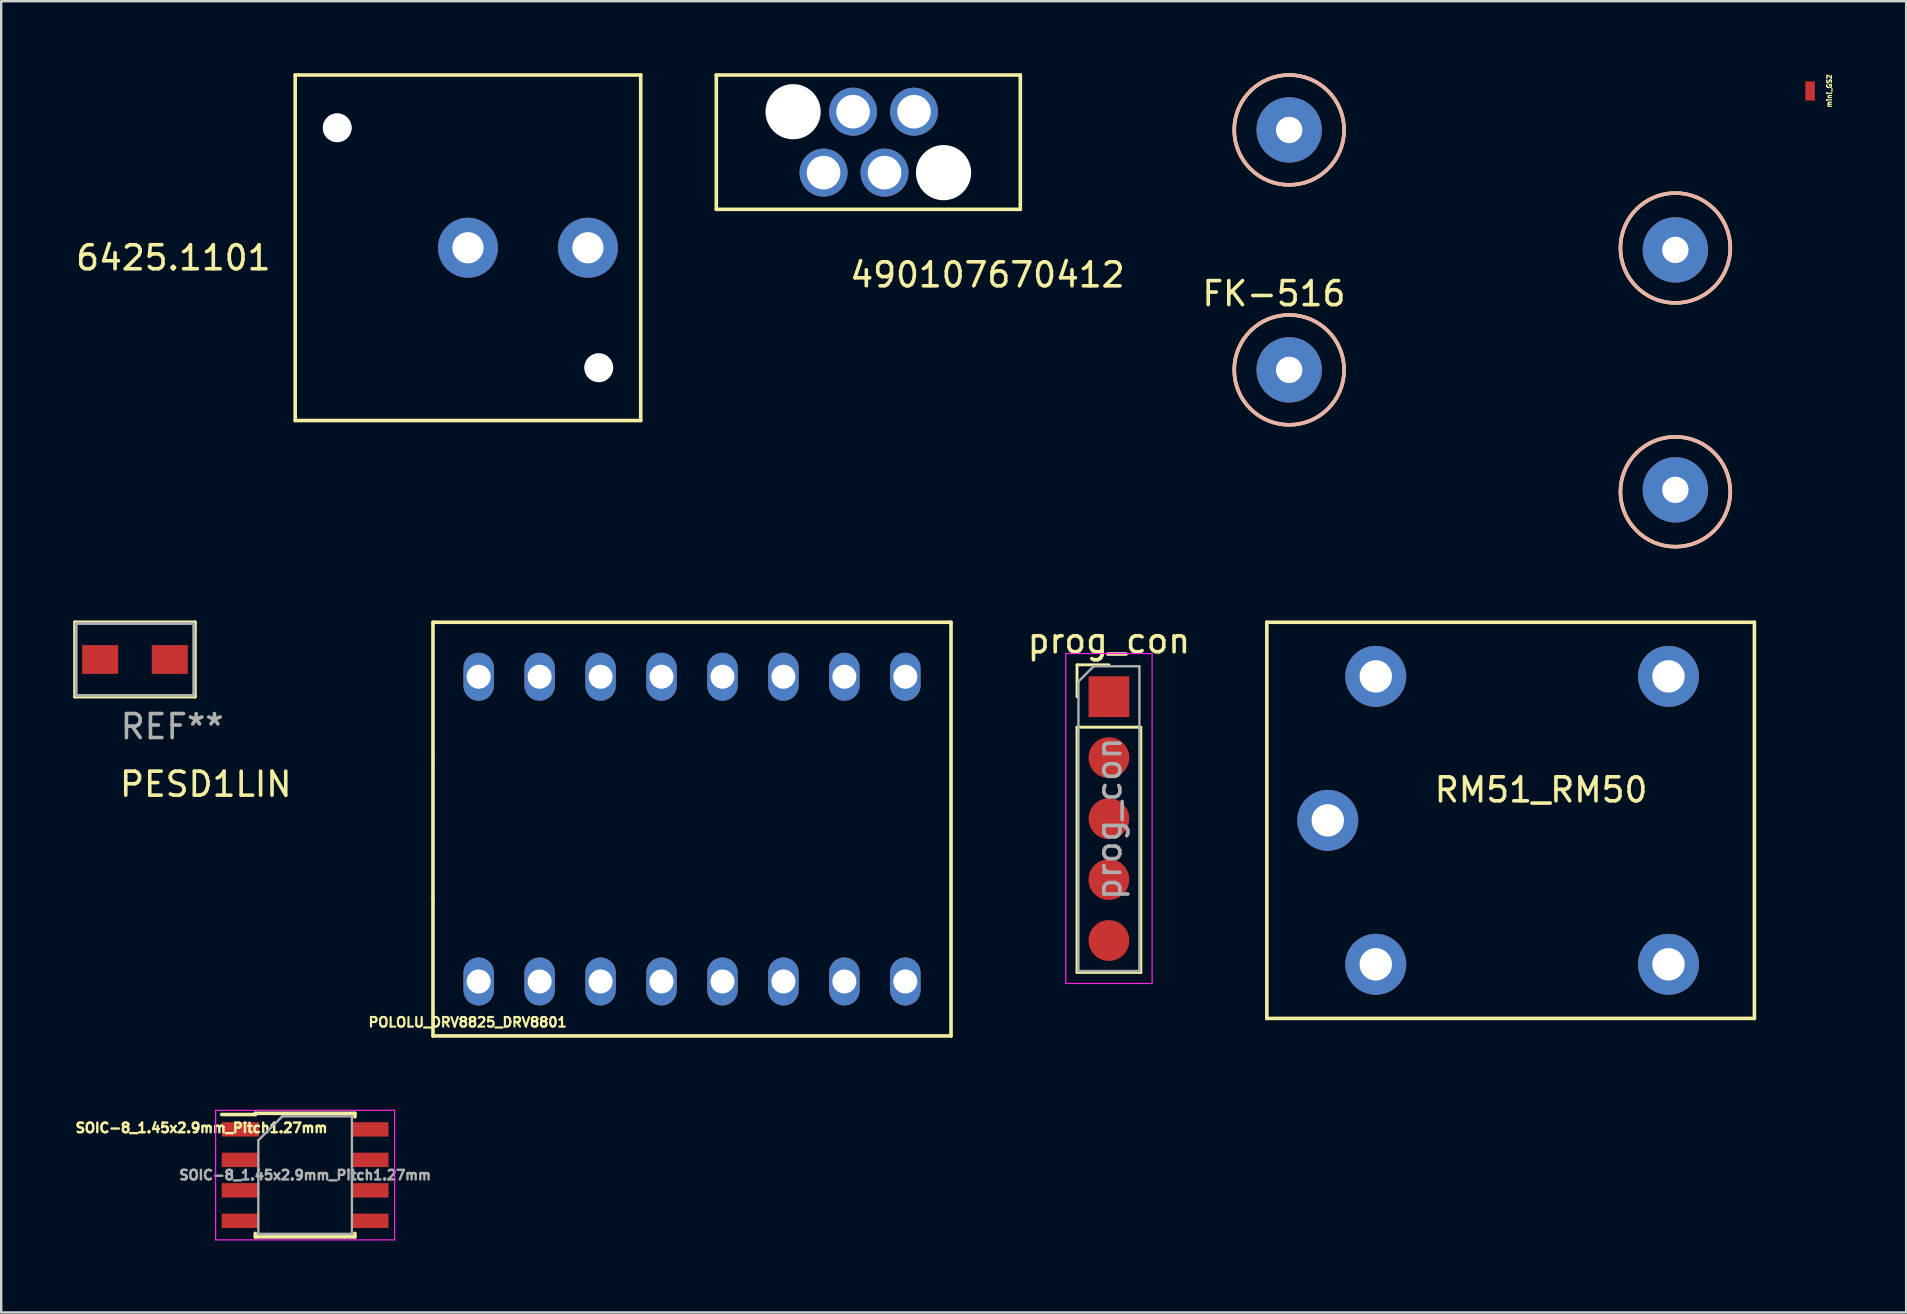
<source format=kicad_pcb>
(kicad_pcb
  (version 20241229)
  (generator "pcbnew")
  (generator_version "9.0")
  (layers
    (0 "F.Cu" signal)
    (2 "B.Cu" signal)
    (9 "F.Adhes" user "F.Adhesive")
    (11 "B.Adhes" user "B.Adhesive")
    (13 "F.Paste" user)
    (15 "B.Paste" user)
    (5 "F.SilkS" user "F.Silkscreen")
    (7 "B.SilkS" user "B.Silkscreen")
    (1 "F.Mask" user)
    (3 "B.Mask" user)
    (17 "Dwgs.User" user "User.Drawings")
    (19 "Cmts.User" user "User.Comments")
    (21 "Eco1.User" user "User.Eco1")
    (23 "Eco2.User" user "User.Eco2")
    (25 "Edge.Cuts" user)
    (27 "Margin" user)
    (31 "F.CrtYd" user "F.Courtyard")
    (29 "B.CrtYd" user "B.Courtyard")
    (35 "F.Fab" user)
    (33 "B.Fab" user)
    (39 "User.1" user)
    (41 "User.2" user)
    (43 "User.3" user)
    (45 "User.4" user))
  (footprint "FK-516"
    (layer "F.Cu")
    (at 50.678 12.365)
    (property "Reference" "FK-516" (at -0.635 -3.175 0) (layer "F.SilkS") (effects (font (size 1 1) (thickness 0.15))))
    (attr through_hole)
    (fp_circle (center 0 -10) (end 2.29 -10) (stroke (width 0.15) (type solid)) (fill no) (layer "F.SilkS"))
    (fp_circle (center 0 0) (end 1.27 1.905) (stroke (width 0.15) (type solid)) (fill no) (layer "F.SilkS"))
    (fp_circle (center 16.095 -5.08) (end 17.365 -3.175) (stroke (width 0.15) (type solid)) (fill no) (layer "F.SilkS"))
    (fp_circle (center 16.095 5.08) (end 17.365 6.985) (stroke (width 0.15) (type solid)) (fill no) (layer "F.SilkS"))
    (fp_circle (center 0 -10) (end 2.29 -10) (stroke (width 0.15) (type solid)) (fill no) (layer "B.SilkS"))
    (fp_circle (center 0 0) (end 2.29 0) (stroke (width 0.15) (type solid)) (fill no) (layer "B.SilkS"))
    (fp_circle (center 16.095 -5.08) (end 18.385 -5.08) (stroke (width 0.15) (type solid)) (fill no) (layer "B.SilkS"))
    (fp_circle (center 16.095 5.08) (end 18.385 5.08) (stroke (width 0.15) (type solid)) (fill no) (layer "B.SilkS"))
    (pad "1" thru_hole circle (at 16.095 5) (size 2.724 2.724) (drill 1.1) (layers "*.Cu" "*.Mask"))
    (pad "2" thru_hole circle (at 16.095 -5) (size 2.724 2.724) (drill 1.1) (layers "*.Cu" "*.Mask"))
    (pad "3" thru_hole circle (at 0 0) (size 2.724 2.724) (drill 1.1) (layers "*.Cu" "*.Mask"))
    (pad "4" thru_hole circle (at 0 -10) (size 2.724 2.724) (drill 1.1) (layers "*.Cu" "*.Mask")))
  (footprint "mini_GS2"
    (layer "F.Cu")
    (at 72.388 0.741)
    (property "Reference" "mini_GS2" (at 0.8 0 90) (layer "F.SilkS") (effects (font (size 0.2 0.2) (thickness 0.05))))
    (attr smd)
    (pad "1" smd rect (at 0 -0.2) (size 0.4 0.4) (layers "F.Cu" "F.Mask" "F.Paste"))
    (pad "1" smd rect (at 0 0.2) (size 0.4 0.4) (layers "F.Cu" "F.Mask" "F.Paste")))
  (footprint "490107670412"
    (layer "F.Cu")
    (at 30.003 1.605)
    (property "Reference" "490107670412" (at 8.1 6.8 0) (layer "F.SilkS") (effects (font (size 1 1) (thickness 0.15))))
    (attr through_hole)
    (fp_line (start -3.2 -1.53) (end 9.47 -1.53) (stroke (width 0.15) (type solid)) (layer "F.SilkS"))
    (fp_line (start -3.2 4.07) (end -3.2 -1.53) (stroke (width 0.15) (type solid)) (layer "F.SilkS"))
    (fp_line (start 9.47 -1.53) (end 9.47 4.07) (stroke (width 0.15) (type solid)) (layer "F.SilkS"))
    (fp_line (start 9.47 4.07) (end -3.2 4.07) (stroke (width 0.15) (type solid)) (layer "F.SilkS"))
    (pad "" np_thru_hole circle (at 0 0) (size 2.3 2.3) (drill 2.3) (layers "*.Cu" "*.Mask"))
    (pad "" np_thru_hole circle (at 6.27 2.54) (size 2.3 2.3) (drill 2.3) (layers "*.Cu" "*.Mask"))
    (pad "1" thru_hole circle (at 2.5 0) (size 2 2) (drill 1.4) (layers "*.Cu" "*.Mask"))
    (pad "2" thru_hole circle (at 5.04 0) (size 2 2) (drill 1.4) (layers "*.Cu" "*.Mask"))
    (pad "3" thru_hole circle (at 3.81 2.54) (size 2 2) (drill 1.4) (layers "*.Cu" "*.Mask"))
    (pad "4" thru_hole circle (at 1.27 2.54) (size 2 2) (drill 1.4) (layers "*.Cu" "*.Mask")))
  (footprint "POLOLU_DRV8825_DRV8801"
    (layer "F.Cu")
    (at 25.79 31.504)
    (property "Reference" "POLOLU_DRV8825_DRV8801" (at -9.35 8.05 0) (layer "F.SilkS") (effects (font (size 0.4 0.4) (thickness 0.09))))
    (attr through_hole)
    (fp_line (start -10.795 -8.62) (end -10.795 -2.873) (stroke (width 0.15) (type solid)) (layer "F.SilkS"))
    (fp_line (start -10.795 -2.873) (end -10.795 2.873) (stroke (width 0.15) (type solid)) (layer "F.SilkS"))
    (fp_line (start -10.795 2.873) (end -10.795 8.62) (stroke (width 0.15) (type solid)) (layer "F.SilkS"))
    (fp_line (start -10.795 8.62) (end 10.795 8.62) (stroke (width 0.15) (type solid)) (layer "F.SilkS"))
    (fp_line (start 10.795 -8.62) (end -10.795 -8.62) (stroke (width 0.15) (type solid)) (layer "F.SilkS"))
    (fp_line (start 10.795 8.62) (end 10.795 -8.62) (stroke (width 0.15) (type solid)) (layer "F.SilkS"))
    (pad "1" thru_hole oval (at -8.89 6.35) (size 1.27 2) (drill 1) (layers "*.Cu" "*.Mask"))
    (pad "2" thru_hole oval (at -6.35 6.35) (size 1.27 2) (drill 1) (layers "*.Cu" "*.Mask"))
    (pad "3" thru_hole oval (at -3.81 6.35) (size 1.27 2) (drill 1) (layers "*.Cu" "*.Mask"))
    (pad "4" thru_hole oval (at -1.27 6.35) (size 1.27 2) (drill 1) (layers "*.Cu" "*.Mask"))
    (pad "5" thru_hole oval (at 1.27 6.35) (size 1.27 2) (drill 1) (layers "*.Cu" "*.Mask"))
    (pad "6" thru_hole oval (at 3.81 6.35) (size 1.27 2) (drill 1) (layers "*.Cu" "*.Mask"))
    (pad "7" thru_hole oval (at 6.35 6.35) (size 1.27 2) (drill 1) (layers "*.Cu" "*.Mask"))
    (pad "8" thru_hole oval (at 8.89 6.35) (size 1.27 2) (drill 1) (layers "*.Cu" "*.Mask"))
    (pad "9" thru_hole oval (at 8.89 -6.35) (size 1.27 2) (drill 1) (layers "*.Cu" "*.Mask"))
    (pad "10" thru_hole oval (at 6.35 -6.35) (size 1.27 2) (drill 1) (layers "*.Cu" "*.Mask"))
    (pad "11" thru_hole oval (at 3.81 -6.35) (size 1.27 2) (drill 1) (layers "*.Cu" "*.Mask"))
    (pad "12" thru_hole oval (at 1.27 -6.35) (size 1.27 2) (drill 1) (layers "*.Cu" "*.Mask"))
    (pad "13" thru_hole oval (at -1.27 -6.35) (size 1.27 2) (drill 1) (layers "*.Cu" "*.Mask"))
    (pad "14" thru_hole oval (at -3.81 -6.35) (size 1.27 2) (drill 1) (layers "*.Cu" "*.Mask"))
    (pad "15" thru_hole oval (at -6.35 -6.35) (size 1.27 2) (drill 1) (layers "*.Cu" "*.Mask"))
    (pad "16" thru_hole oval (at -8.89 -6.35) (size 1.27 2) (drill 1) (layers "*.Cu" "*.Mask")))
  (footprint "PESD1LIN"
    (layer "F.Cu")
    (at 1.125 24.434)
    (property "Reference" "PESD1LIN" (at 4.4 5.2 0) (layer "F.SilkS") (effects (font (size 1 1) (thickness 0.15))))
    (attr through_hole)
    (fp_line (start -1.05 -1.55) (end -1.05 1.55) (stroke (width 0.15) (type solid)) (layer "F.SilkS"))
    (fp_line (start -1.05 1.55) (end 3.95 1.55) (stroke (width 0.15) (type solid)) (layer "F.SilkS"))
    (fp_line (start 3.95 -1.55) (end -1.05 -1.55) (stroke (width 0.15) (type solid)) (layer "F.SilkS"))
    (fp_line (start 3.95 -1.55) (end 3.95 1.55) (stroke (width 0.15) (type solid)) (layer "F.SilkS"))
    (fp_line (start -1 -1.5) (end 3.9 -1.5) (stroke (width 0.12) (type solid)) (layer "F.Fab"))
    (fp_line (start -1 1.5) (end -1 -1.5) (stroke (width 0.12) (type solid)) (layer "F.Fab"))
    (fp_line (start -0.9 1.5) (end -1 1.5) (stroke (width 0.12) (type solid)) (layer "F.Fab"))
    (fp_line (start 3.9 -1.5) (end 3.9 1.5) (stroke (width 0.12) (type solid)) (layer "F.Fab"))
    (fp_line (start 3.9 1.5) (end -0.9 1.5) (stroke (width 0.12) (type solid)) (layer "F.Fab"))
    (fp_text user "REF**" (at 3 2.8 0) (layer "F.Fab") (effects (font (size 1 1) (thickness 0.15))))
    (pad "1" smd rect (at 0 0) (size 1.5 1.2) (layers "F.Cu" "F.Mask" "F.Paste"))
    (pad "2" smd rect (at 2.9 0) (size 1.5 1.2) (layers "F.Cu" "F.Mask" "F.Paste")))
  (footprint "SOIC-8_1.45x2.9mm_Pitch1.27mm"
    (layer "F.Cu")
    (at 9.666 45.924)
    (property "Reference" "SOIC-8_1.45x2.9mm_Pitch1.27mm" (at -4.318 -1.968 0) (layer "F.SilkS") (effects (font (size 0.4 0.4) (thickness 0.1))))
    (attr smd)
    (fp_line (start -2.075 -2.575) (end -2.075 -2.525) (stroke (width 0.15) (type solid)) (layer "F.SilkS"))
    (fp_line (start -2.075 -2.575) (end 2.075 -2.575) (stroke (width 0.15) (type solid)) (layer "F.SilkS"))
    (fp_line (start -2.075 -2.525) (end -3.475 -2.525) (stroke (width 0.15) (type solid)) (layer "F.SilkS"))
    (fp_line (start -2.075 2.575) (end -2.075 2.43) (stroke (width 0.15) (type solid)) (layer "F.SilkS"))
    (fp_line (start -2.075 2.575) (end 2.075 2.575) (stroke (width 0.15) (type solid)) (layer "F.SilkS"))
    (fp_line (start 2.075 -2.575) (end 2.075 -2.43) (stroke (width 0.15) (type solid)) (layer "F.SilkS"))
    (fp_line (start 2.075 2.575) (end 2.075 2.43) (stroke (width 0.15) (type solid)) (layer "F.SilkS"))
    (fp_line (start -3.73 -2.7) (end -3.73 2.7) (stroke (width 0.05) (type solid)) (layer "F.CrtYd"))
    (fp_line (start -3.73 -2.7) (end 3.73 -2.7) (stroke (width 0.05) (type solid)) (layer "F.CrtYd"))
    (fp_line (start -3.73 2.7) (end 3.73 2.7) (stroke (width 0.05) (type solid)) (layer "F.CrtYd"))
    (fp_line (start 3.73 -2.7) (end 3.73 2.7) (stroke (width 0.05) (type solid)) (layer "F.CrtYd"))
    (fp_line (start -1.95 -1.45) (end -0.95 -2.45) (stroke (width 0.1) (type solid)) (layer "F.Fab"))
    (fp_line (start -1.95 2.45) (end -1.95 -1.45) (stroke (width 0.1) (type solid)) (layer "F.Fab"))
    (fp_line (start -0.95 -2.45) (end 1.95 -2.45) (stroke (width 0.1) (type solid)) (layer "F.Fab"))
    (fp_line (start 1.95 -2.45) (end 1.95 2.45) (stroke (width 0.1) (type solid)) (layer "F.Fab"))
    (fp_line (start 1.95 2.45) (end -1.95 2.45) (stroke (width 0.1) (type solid)) (layer "F.Fab"))
    (fp_text user "${REFERENCE}" (at 0 0 0) (layer "F.Fab") (effects (font (size 0.4 0.4) (thickness 0.1))))
    (pad "1" smd rect (at -2.7 -1.905) (size 1.55 0.6) (layers "F.Cu" "F.Mask" "F.Paste"))
    (pad "2" smd rect (at -2.7 -0.635) (size 1.55 0.6) (layers "F.Cu" "F.Mask" "F.Paste"))
    (pad "3" smd rect (at -2.7 0.635) (size 1.55 0.6) (layers "F.Cu" "F.Mask" "F.Paste"))
    (pad "4" smd rect (at -2.7 1.905) (size 1.55 0.6) (layers "F.Cu" "F.Mask" "F.Paste"))
    (pad "5" smd rect (at 2.7 1.905) (size 1.55 0.6) (layers "F.Cu" "F.Mask" "F.Paste"))
    (pad "6" smd rect (at 2.7 0.635) (size 1.55 0.6) (layers "F.Cu" "F.Mask" "F.Paste"))
    (pad "7" smd rect (at 2.7 -0.635) (size 1.55 0.6) (layers "F.Cu" "F.Mask" "F.Paste"))
    (pad "8" smd rect (at 2.7 -1.905) (size 1.55 0.6) (layers "F.Cu" "F.Mask" "F.Paste")))
  (footprint "prog_con"
    (layer "F.Cu")
    (at 43.166 25.987)
    (property "Reference" "prog_con" (at 0 -2.33 0) (layer "F.SilkS") (effects (font (size 1 1) (thickness 0.15))))
    (attr through_hole)
    (fp_line (start -1.33 -1.33) (end 0 -1.33) (stroke (width 0.12) (type solid)) (layer "F.SilkS"))
    (fp_line (start -1.33 0) (end -1.33 -1.33) (stroke (width 0.12) (type solid)) (layer "F.SilkS"))
    (fp_line (start -1.33 1.27) (end -1.33 11.49) (stroke (width 0.12) (type solid)) (layer "F.SilkS"))
    (fp_line (start -1.33 1.27) (end 1.33 1.27) (stroke (width 0.12) (type solid)) (layer "F.SilkS"))
    (fp_line (start -1.33 11.49) (end 1.33 11.49) (stroke (width 0.12) (type solid)) (layer "F.SilkS"))
    (fp_line (start 1.33 1.27) (end 1.33 11.49) (stroke (width 0.12) (type solid)) (layer "F.SilkS"))
    (fp_line (start -1.8 -1.8) (end -1.8 11.95) (stroke (width 0.05) (type solid)) (layer "F.CrtYd"))
    (fp_line (start -1.8 11.95) (end 1.8 11.95) (stroke (width 0.05) (type solid)) (layer "F.CrtYd"))
    (fp_line (start 1.8 -1.8) (end -1.8 -1.8) (stroke (width 0.05) (type solid)) (layer "F.CrtYd"))
    (fp_line (start 1.8 11.95) (end 1.8 -1.8) (stroke (width 0.05) (type solid)) (layer "F.CrtYd"))
    (fp_line (start -1.27 -0.635) (end -0.635 -1.27) (stroke (width 0.1) (type solid)) (layer "F.Fab"))
    (fp_line (start -1.27 11.43) (end -1.27 -0.635) (stroke (width 0.1) (type solid)) (layer "F.Fab"))
    (fp_line (start -0.635 -1.27) (end 1.27 -1.27) (stroke (width 0.1) (type solid)) (layer "F.Fab"))
    (fp_line (start 1.27 -1.27) (end 1.27 11.43) (stroke (width 0.1) (type solid)) (layer "F.Fab"))
    (fp_line (start 1.27 11.43) (end -1.27 11.43) (stroke (width 0.1) (type solid)) (layer "F.Fab"))
    (fp_text user "${REFERENCE}" (at 0 5.08 90) (layer "F.Fab") (effects (font (size 1 1) (thickness 0.15))))
    (pad "1" smd rect (at 0 0) (size 1.7 1.7) (layers "F.Cu" "F.Mask" "F.Paste"))
    (pad "2" smd oval (at 0 2.54) (size 1.7 1.7) (layers "F.Cu" "F.Mask" "F.Paste"))
    (pad "3" smd oval (at 0 5.08) (size 1.7 1.7) (layers "F.Cu" "F.Mask" "F.Paste"))
    (pad "4" smd oval (at 0 7.62) (size 1.7 1.7) (layers "F.Cu" "F.Mask" "F.Paste"))
    (pad "5" smd oval (at 0 10.16) (size 1.7 1.7) (layers "F.Cu" "F.Mask" "F.Paste")))
  (footprint "RM51_RM50"
    (layer "F.Cu")
    (at 52.287 31.139)
    (property "Reference" "RM51_RM50" (at 8.89 -1.27 0) (layer "F.SilkS") (effects (font (size 1 1) (thickness 0.15))))
    (attr through_hole)
    (fp_line (start -2.54 -8.255) (end -2.54 8.255) (stroke (width 0.15) (type solid)) (layer "F.SilkS"))
    (fp_line (start -2.54 8.255) (end 17.78 8.255) (stroke (width 0.15) (type solid)) (layer "F.SilkS"))
    (fp_line (start 17.78 -8.255) (end -2.54 -8.255) (stroke (width 0.15) (type solid)) (layer "F.SilkS"))
    (fp_line (start 17.78 8.255) (end 17.78 -8.255) (stroke (width 0.15) (type solid)) (layer "F.SilkS"))
    (pad "1" thru_hole circle (at 2 6) (size 2.54 2.54) (drill 1.35) (layers "*.Cu" "*.Mask"))
    (pad "2" thru_hole circle (at 0 0) (size 2.54 2.54) (drill 1.35) (layers "*.Cu" "*.Mask"))
    (pad "3" thru_hole circle (at 14.2 -6) (size 2.54 2.54) (drill 1.35) (layers "*.Cu" "*.Mask"))
    (pad "4" thru_hole circle (at 14.2 6) (size 2.54 2.54) (drill 1.35) (layers "*.Cu" "*.Mask"))
    (pad "5" thru_hole circle (at 2 -6) (size 2.54 2.54) (drill 1.35) (layers "*.Cu" "*.Mask")))
  (footprint "6425.1101"
    (layer "F.Cu")
    (at 16.453 7.275)
    (property "Reference" "6425.1101" (at -12.28 0.42 0) (layer "F.SilkS") (effects (font (size 1 1) (thickness 0.15))))
    (attr through_hole)
    (fp_line (start -7.2 -7.2) (end -7.2 7.2) (stroke (width 0.15) (type solid)) (layer "F.SilkS"))
    (fp_line (start -7.2 -7.2) (end 7.2 -7.2) (stroke (width 0.15) (type solid)) (layer "F.SilkS"))
    (fp_line (start -7.2 7.2) (end 7.2 7.2) (stroke (width 0.15) (type solid)) (layer "F.SilkS"))
    (fp_line (start 7.2 -7.2) (end 7.2 7.2) (stroke (width 0.15) (type solid)) (layer "F.SilkS"))
    (pad "" thru_hole oval (at -5.45 -5) (size 1.2 1.2) (drill 1.2) (layers "*.Cu" "*.Mask"))
    (pad "" thru_hole oval (at 5.45 5) (size 1.2 1.2) (drill 1.2) (layers "*.Cu" "*.Mask"))
    (pad "1" thru_hole oval (at 0 0) (size 2.5 2.5) (drill 1.3) (layers "*.Cu" "*.Mask"))
    (pad "2" thru_hole oval (at 5 0) (size 2.5 2.5) (drill 1.3) (layers "*.Cu" "*.Mask")))
  (gr_rect
    (start -3 -3)
    (end 76.392 51.649)
    (stroke (width 0.1) (type default))
    (fill no)
    (layer "Edge.Cuts")))
</source>
